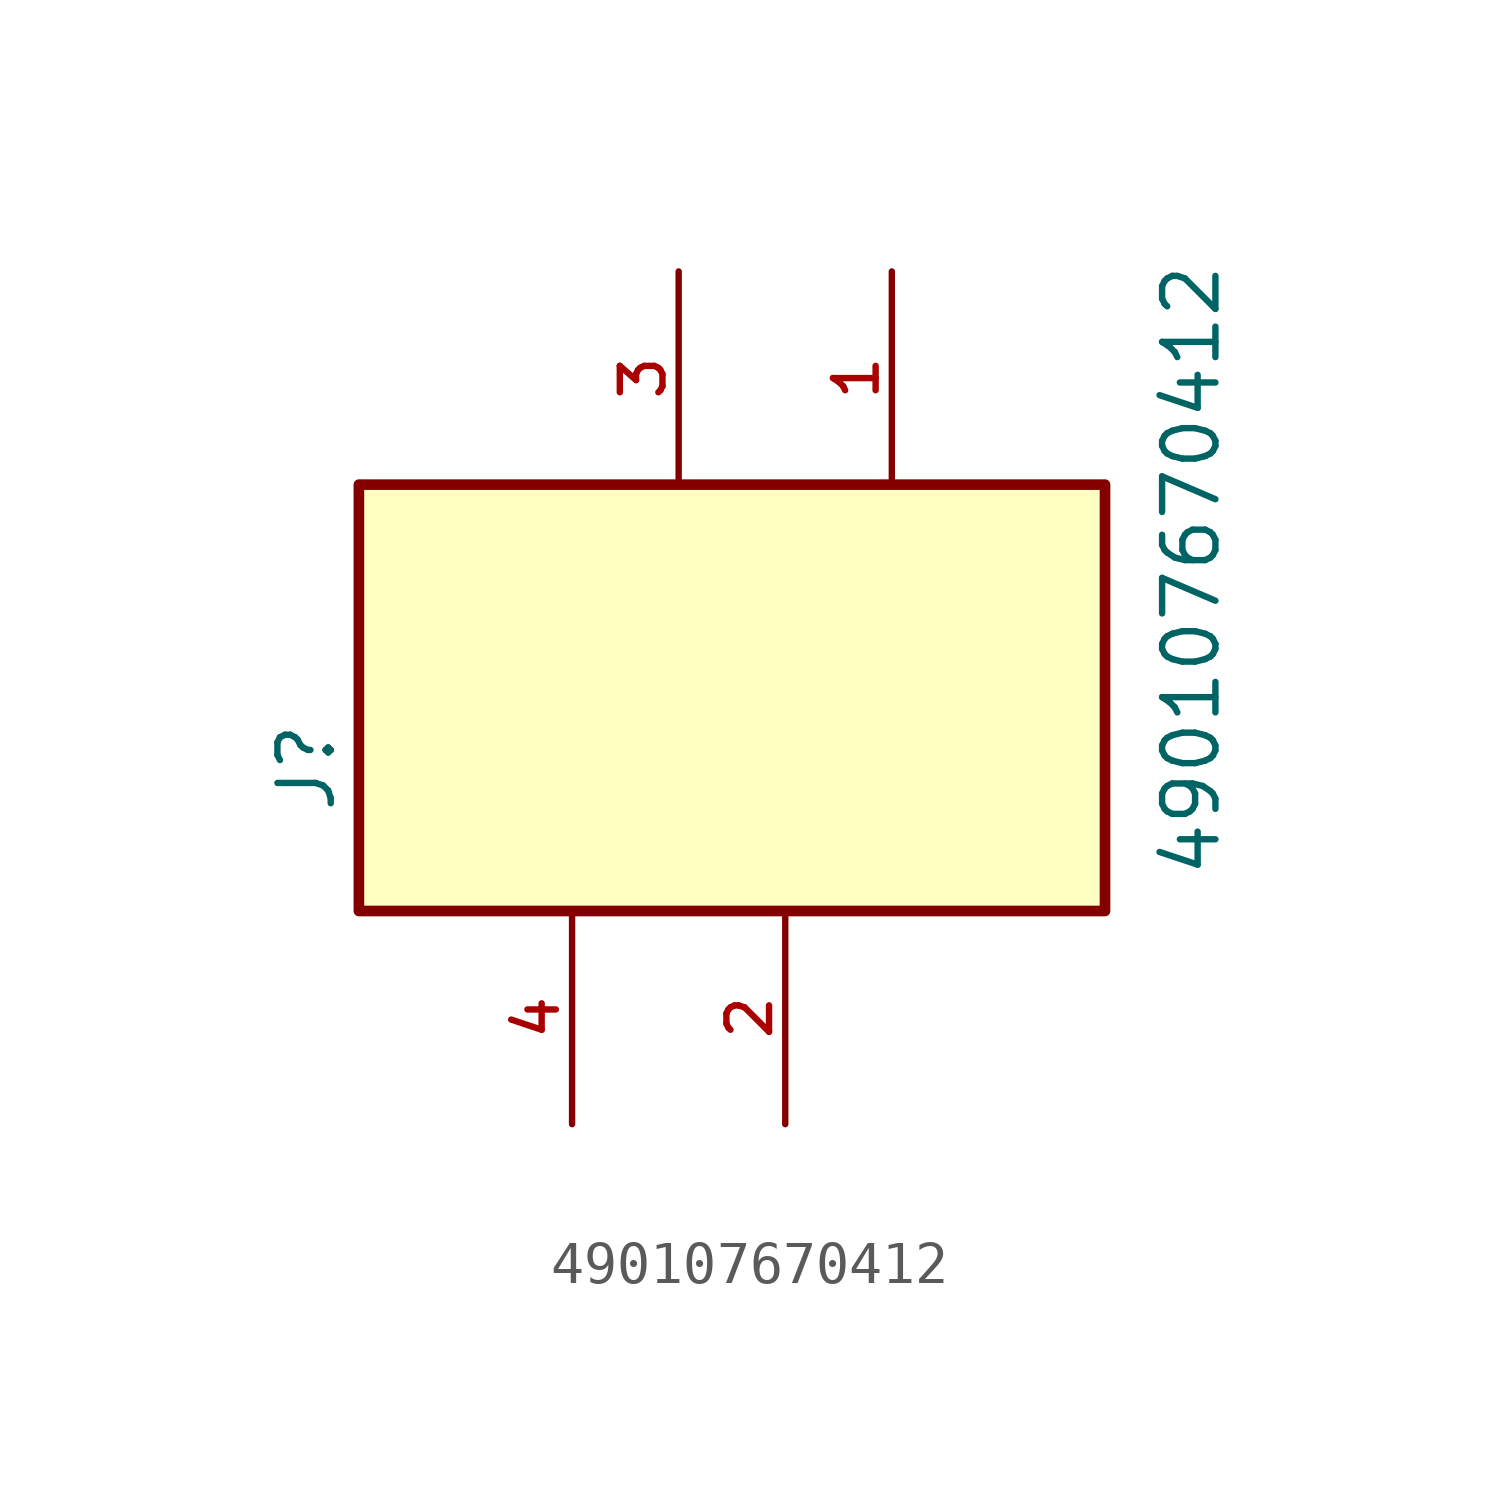
<source format=kicad_sym>
(kicad_symbol_lib
  (version 20211014)
  (generator kicad_symbol_editor)
  (symbol "490107670412"
    (pin_names
      (offset 1.016))
    (property "Reference" "J"
      (at -8.128 -2.794 90.0)
      (effects (font (size 1.27 1.27)) (justify bottom left)))
    (property "Value" "490107670412"
      (at 12.954 -4.318 90.0)
      (effects (font (size 1.27 1.27)) (justify bottom left)))
    (symbol "490107670412_0_0"
      (rectangle (start -7.62 -5.08) (end 10.16 5.08) (stroke (width 0.254)) (fill (type background)))
      (pin passive line (at -2.54 -10.16 90.0) (length 5.08) (name "~" (effects (font (size 1.016 1.016)))) (number "4" (effects (font (size 1.016 1.016)))))
      (pin passive line (at 0.0 10.16 270.0) (length 5.08) (name "~" (effects (font (size 1.016 1.016)))) (number "3" (effects (font (size 1.016 1.016)))))
      (pin passive line (at 2.54 -10.16 90.0) (length 5.08) (name "~" (effects (font (size 1.016 1.016)))) (number "2" (effects (font (size 1.016 1.016)))))
      (pin passive line (at 5.08 10.16 270.0) (length 5.08) (name "~" (effects (font (size 1.016 1.016)))) (number "1" (effects (font (size 1.016 1.016))))))))
</source>
